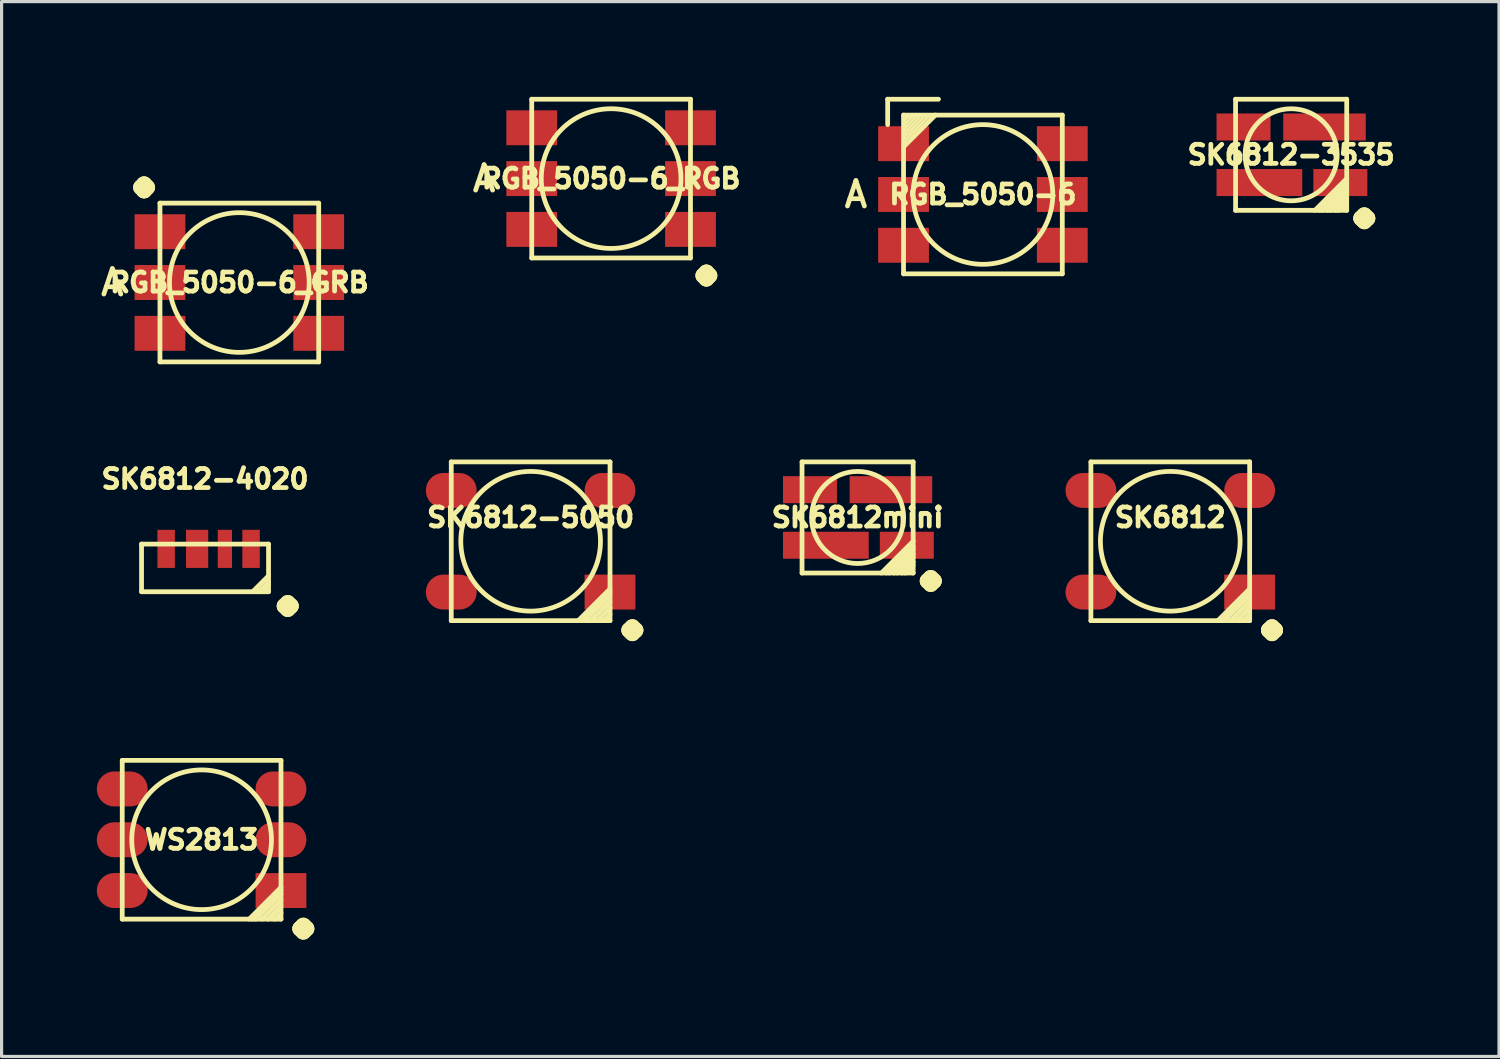
<source format=kicad_pcb>
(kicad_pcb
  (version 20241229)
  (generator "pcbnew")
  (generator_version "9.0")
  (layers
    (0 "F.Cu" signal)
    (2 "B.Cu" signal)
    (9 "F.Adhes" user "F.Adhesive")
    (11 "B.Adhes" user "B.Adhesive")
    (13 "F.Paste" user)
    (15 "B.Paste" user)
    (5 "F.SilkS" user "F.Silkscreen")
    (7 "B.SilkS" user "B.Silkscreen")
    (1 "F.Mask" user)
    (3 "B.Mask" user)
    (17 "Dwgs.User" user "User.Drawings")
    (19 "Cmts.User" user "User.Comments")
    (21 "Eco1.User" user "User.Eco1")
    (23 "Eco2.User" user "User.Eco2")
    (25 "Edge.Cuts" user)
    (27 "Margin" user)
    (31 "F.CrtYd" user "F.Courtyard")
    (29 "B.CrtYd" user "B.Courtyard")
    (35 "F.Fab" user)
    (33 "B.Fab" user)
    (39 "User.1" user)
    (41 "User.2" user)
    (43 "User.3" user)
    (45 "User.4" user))
  (footprint "SK6812-5050"
    (layer "F.Cu")
    (at 13.663 13.998)
    (property "Reference" "SK6812-5050" (at 0 -0.75 0) (layer "F.SilkS") (effects (font (size 0.6 0.6) (thickness 0.15))))
    (attr smd)
    (fp_line (start -2.5 -2.5) (end 2.5 -2.5) (stroke (width 0.15) (type solid)) (layer "F.SilkS"))
    (fp_line (start -2.5 2.5) (end -2.5 -2.5) (stroke (width 0.15) (type solid)) (layer "F.SilkS"))
    (fp_line (start 1.5 2.5) (end 2.5 1.5) (stroke (width 0.15) (type solid)) (layer "F.SilkS"))
    (fp_line (start 1.7 2.5) (end 2.5 1.7) (stroke (width 0.15) (type solid)) (layer "F.SilkS"))
    (fp_line (start 2.1 2.5) (end 2.5 2.1) (stroke (width 0.15) (type solid)) (layer "F.SilkS"))
    (fp_line (start 2.5 -2.5) (end 2.5 2.5) (stroke (width 0.15) (type solid)) (layer "F.SilkS"))
    (fp_line (start 2.5 1.6) (end 1.6 2.5) (stroke (width 0.15) (type solid)) (layer "F.SilkS"))
    (fp_line (start 2.5 1.9) (end 1.9 2.5) (stroke (width 0.15) (type solid)) (layer "F.SilkS"))
    (fp_line (start 2.5 2.3) (end 2.3 2.5) (stroke (width 0.15) (type solid)) (layer "F.SilkS"))
    (fp_line (start 2.5 2.5) (end -2.5 2.5) (stroke (width 0.15) (type solid)) (layer "F.SilkS"))
    (fp_circle (center 0 0) (end 0 2.2) (stroke (width 0.15) (type solid)) (fill no) (layer "F.SilkS"))
    (fp_text user "." (at 2.4 2.8 90) (unlocked yes) (layer "F.SilkS") (effects (font (size 2 2) (thickness 0.5))))
    (pad "1" smd rect (at 2.5 1.6) (size 1.6 1.1) (layers "F.Cu" "F.Mask" "F.Paste"))
    (pad "2" smd oval (at 2.5 -1.6) (size 1.6 1.1) (layers "F.Cu" "F.Mask" "F.Paste"))
    (pad "3" smd oval (at -2.5 -1.6) (size 1.6 1.1) (layers "F.Cu" "F.Mask" "F.Paste"))
    (pad "4" smd oval (at -2.5 1.6) (size 1.6 1.1) (layers "F.Cu" "F.Mask" "F.Paste")))
  (footprint "SK6812-3535"
    (layer "F.Cu")
    (at 37.616 1.825)
    (property "Reference" "SK6812-3535" (at 0 0 0) (layer "F.SilkS") (effects (font (size 0.6 0.6) (thickness 0.15))))
    (attr smd)
    (fp_line (start -1.75 -1.75) (end 1.75 -1.75) (stroke (width 0.15) (type solid)) (layer "F.SilkS"))
    (fp_line (start -1.75 1.75) (end -1.75 -1.75) (stroke (width 0.15) (type solid)) (layer "F.SilkS"))
    (fp_line (start 1.75 -1.75) (end 1.75 1.75) (stroke (width 0.15) (type solid)) (layer "F.SilkS"))
    (fp_line (start 1.75 0.75) (end 0.75 1.75) (stroke (width 0.15) (type solid)) (layer "F.SilkS"))
    (fp_line (start 1.75 0.9) (end 0.9 1.75) (stroke (width 0.15) (type solid)) (layer "F.SilkS"))
    (fp_line (start 1.75 1) (end 1 1.75) (stroke (width 0.15) (type solid)) (layer "F.SilkS"))
    (fp_line (start 1.75 1.15) (end 1.15 1.75) (stroke (width 0.15) (type solid)) (layer "F.SilkS"))
    (fp_line (start 1.75 1.25) (end 1.25 1.75) (stroke (width 0.15) (type solid)) (layer "F.SilkS"))
    (fp_line (start 1.75 1.4) (end 1.4 1.75) (stroke (width 0.15) (type solid)) (layer "F.SilkS"))
    (fp_line (start 1.75 1.5) (end 1.5 1.75) (stroke (width 0.15) (type solid)) (layer "F.SilkS"))
    (fp_line (start 1.75 1.75) (end -1.75 1.75) (stroke (width 0.15) (type solid)) (layer "F.SilkS"))
    (fp_circle (center 0 0) (end 0 1.45) (stroke (width 0.15) (type solid)) (fill no) (layer "F.SilkS"))
    (fp_text user "." (at 1.5 2 90) (unlocked yes) (layer "F.SilkS") (effects (font (size 2 2) (thickness 0.5))))
    (pad "1" smd rect (at -1.5 -0.875) (size 1.7 0.85) (layers "F.Cu" "F.Mask" "F.Paste"))
    (pad "2" smd rect (at -1 0.875) (size 2.7 0.85) (layers "F.Cu" "F.Mask" "F.Paste"))
    (pad "3" smd rect (at 1.55 0.875) (size 1.7 0.85) (layers "F.Cu" "F.Mask" "F.Paste"))
    (pad "4" smd rect (at 1.05 -0.875) (size 2.6 0.85) (layers "F.Cu" "F.Mask" "F.Paste")))
  (footprint "SK6812mini"
    (layer "F.Cu")
    (at 23.961 13.248)
    (property "Reference" "SK6812mini" (at 0 0 0) (layer "F.SilkS") (effects (font (size 0.6 0.6) (thickness 0.15))))
    (attr smd)
    (fp_line (start -1.75 -1.75) (end 1.75 -1.75) (stroke (width 0.15) (type solid)) (layer "F.SilkS"))
    (fp_line (start -1.75 1.75) (end -1.75 -1.75) (stroke (width 0.15) (type solid)) (layer "F.SilkS"))
    (fp_line (start 1.75 -1.75) (end 1.75 1.75) (stroke (width 0.15) (type solid)) (layer "F.SilkS"))
    (fp_line (start 1.75 0.75) (end 0.75 1.75) (stroke (width 0.15) (type solid)) (layer "F.SilkS"))
    (fp_line (start 1.75 0.9) (end 0.9 1.75) (stroke (width 0.15) (type solid)) (layer "F.SilkS"))
    (fp_line (start 1.75 1) (end 1 1.75) (stroke (width 0.15) (type solid)) (layer "F.SilkS"))
    (fp_line (start 1.75 1.15) (end 1.15 1.75) (stroke (width 0.15) (type solid)) (layer "F.SilkS"))
    (fp_line (start 1.75 1.25) (end 1.25 1.75) (stroke (width 0.15) (type solid)) (layer "F.SilkS"))
    (fp_line (start 1.75 1.4) (end 1.4 1.75) (stroke (width 0.15) (type solid)) (layer "F.SilkS"))
    (fp_line (start 1.75 1.5) (end 1.5 1.75) (stroke (width 0.15) (type solid)) (layer "F.SilkS"))
    (fp_line (start 1.75 1.75) (end -1.75 1.75) (stroke (width 0.15) (type solid)) (layer "F.SilkS"))
    (fp_circle (center 0 0) (end 0 1.45) (stroke (width 0.15) (type solid)) (fill no) (layer "F.SilkS"))
    (fp_text user "." (at 1.5 2 90) (layer "F.SilkS") (effects (font (size 2 2) (thickness 0.5))))
    (pad "1" smd rect (at -1.5 -0.875) (size 1.7 0.85) (layers "F.Cu" "F.Mask" "F.Paste"))
    (pad "2" smd rect (at -1 0.875) (size 2.7 0.85) (layers "F.Cu" "F.Mask" "F.Paste"))
    (pad "3" smd rect (at 1.55 0.875) (size 1.7 0.85) (layers "F.Cu" "F.Mask" "F.Paste"))
    (pad "4" smd rect (at 1.05 -0.875) (size 2.6 0.85) (layers "F.Cu" "F.Mask" "F.Paste")))
  (footprint "RGB_5050-6_RGB"
    (layer "F.Cu")
    (at 16.198 2.575)
    (property "Reference" "RGB_5050-6_RGB" (at 0 0 0) (layer "F.SilkS") (effects (font (size 0.6 0.6) (thickness 0.15))))
    (attr smd)
    (fp_line (start -2.5 -2.5) (end 2.5 -2.5) (stroke (width 0.15) (type solid)) (layer "F.SilkS"))
    (fp_line (start -2.5 2.5) (end -2.5 -2.5) (stroke (width 0.15) (type solid)) (layer "F.SilkS"))
    (fp_line (start 2.5 -2.5) (end 2.5 2.5) (stroke (width 0.15) (type solid)) (layer "F.SilkS"))
    (fp_line (start 2.5 2.5) (end -2.5 2.5) (stroke (width 0.15) (type solid)) (layer "F.SilkS"))
    (fp_circle (center 0 0) (end 0 2.2) (stroke (width 0.15) (type solid)) (fill no) (layer "F.SilkS"))
    (fp_text user "A" (at -4 0 0) (layer "F.SilkS") (effects (font (size 0.8 0.8) (thickness 0.15))))
    (fp_text user "." (at 3 2.25 0) (unlocked yes) (layer "F.SilkS") (effects (font (size 2 2) (thickness 0.5))))
    (pad "BA" smd rect (at -2.5 1.6) (size 1.6 1.1) (layers "F.Cu" "F.Mask" "F.Paste"))
    (pad "BC" smd rect (at 2.5 1.6) (size 1.6 1.1) (layers "F.Cu" "F.Mask" "F.Paste"))
    (pad "GA" smd rect (at -2.5 0) (size 1.6 1.1) (layers "F.Cu" "F.Mask" "F.Paste"))
    (pad "GC" smd rect (at 2.5 0) (size 1.6 1.1) (layers "F.Cu" "F.Mask" "F.Paste"))
    (pad "RA" smd rect (at -2.5 -1.6) (size 1.6 1.1) (layers "F.Cu" "F.Mask" "F.Paste"))
    (pad "RC" smd rect (at 2.5 -1.6) (size 1.6 1.1) (layers "F.Cu" "F.Mask" "F.Paste")))
  (footprint "WS2813"
    (layer "F.Cu")
    (at 3.3 23.399)
    (property "Reference" "WS2813" (at 0 0 0) (layer "F.SilkS") (effects (font (size 0.6 0.6) (thickness 0.15))))
    (attr smd)
    (fp_line (start -2.5 -2.5) (end 2.5 -2.5) (stroke (width 0.15) (type solid)) (layer "F.SilkS"))
    (fp_line (start -2.5 2.5) (end -2.5 -2.5) (stroke (width 0.15) (type solid)) (layer "F.SilkS"))
    (fp_line (start 1.5 2.5) (end 2.5 1.5) (stroke (width 0.15) (type solid)) (layer "F.SilkS"))
    (fp_line (start 1.7 2.5) (end 2.5 1.7) (stroke (width 0.15) (type solid)) (layer "F.SilkS"))
    (fp_line (start 2.1 2.5) (end 2.5 2.1) (stroke (width 0.15) (type solid)) (layer "F.SilkS"))
    (fp_line (start 2.5 -2.5) (end 2.5 2.5) (stroke (width 0.15) (type solid)) (layer "F.SilkS"))
    (fp_line (start 2.5 1.6) (end 1.6 2.5) (stroke (width 0.15) (type solid)) (layer "F.SilkS"))
    (fp_line (start 2.5 1.9) (end 1.9 2.5) (stroke (width 0.15) (type solid)) (layer "F.SilkS"))
    (fp_line (start 2.5 2.3) (end 2.3 2.5) (stroke (width 0.15) (type solid)) (layer "F.SilkS"))
    (fp_line (start 2.5 2.5) (end -2.5 2.5) (stroke (width 0.15) (type solid)) (layer "F.SilkS"))
    (fp_circle (center 0 0) (end 0 2.2) (stroke (width 0.15) (type solid)) (fill no) (layer "F.SilkS"))
    (fp_text user "." (at 2.4 2.8 90) (unlocked yes) (layer "F.SilkS") (effects (font (size 2 2) (thickness 0.5))))
    (pad "1" smd rect (at 2.5 1.6) (size 1.6 1.1) (layers "F.Cu" "F.Mask" "F.Paste"))
    (pad "2" smd oval (at 2.5 0) (size 1.6 1.1) (layers "F.Cu" "F.Mask" "F.Paste"))
    (pad "3" smd oval (at 2.5 -1.6) (size 1.6 1.1) (layers "F.Cu" "F.Mask" "F.Paste"))
    (pad "4" smd oval (at -2.5 -1.6) (size 1.6 1.1) (layers "F.Cu" "F.Mask" "F.Paste"))
    (pad "5" smd oval (at -2.5 0) (size 1.6 1.1) (layers "F.Cu" "F.Mask" "F.Paste"))
    (pad "6" smd oval (at -2.5 1.6) (size 1.6 1.1) (layers "F.Cu" "F.Mask" "F.Paste")))
  (footprint "SK6812-4020"
    (layer "F.Cu")
    (at 3.408 14.837)
    (property "Reference" "SK6812-4020" (at 0 -2.8 0) (layer "F.SilkS") (effects (font (size 0.6 0.6) (thickness 0.15))))
    (attr smd)
    (fp_line (start -2 -0.75) (end 2 -0.75) (stroke (width 0.15) (type solid)) (layer "F.SilkS"))
    (fp_line (start -2 0.75) (end -2 -0.75) (stroke (width 0.15) (type solid)) (layer "F.SilkS"))
    (fp_line (start 2 -0.75) (end 2 0.75) (stroke (width 0.15) (type solid)) (layer "F.SilkS"))
    (fp_line (start 2 0.25) (end 1.5 0.75) (stroke (width 0.15) (type solid)) (layer "F.SilkS"))
    (fp_line (start 2 0.45) (end 1.7 0.75) (stroke (width 0.15) (type solid)) (layer "F.SilkS"))
    (fp_line (start 2 0.55) (end 1.8 0.75) (stroke (width 0.15) (type solid)) (layer "F.SilkS"))
    (fp_line (start 2 0.75) (end -2 0.75) (stroke (width 0.15) (type solid)) (layer "F.SilkS"))
    (fp_text user "." (at 1.8 1.2 90) (unlocked yes) (layer "F.SilkS") (effects (font (size 2 2) (thickness 0.5))))
    (pad "1" smd rect (at -1.225 -0.6) (size 0.55 1.2) (layers "F.Cu" "F.Mask" "F.Paste"))
    (pad "2" smd rect (at -0.25 -0.6) (size 0.7 1.2) (layers "F.Cu" "F.Mask" "F.Paste"))
    (pad "3" smd rect (at 0.625 -0.6) (size 0.45 1.2) (layers "F.Cu" "F.Mask" "F.Paste"))
    (pad "4" smd rect (at 1.45 -0.6) (size 0.55 1.2) (layers "F.Cu" "F.Mask" "F.Paste")))
  (footprint "RGB_5050-6_GRB"
    (layer "F.Cu")
    (at 4.488 5.848)
    (property "Reference" "RGB_5050-6_GRB" (at 0 0 0) (layer "F.SilkS") (effects (font (size 0.6 0.6) (thickness 0.15))))
    (attr smd)
    (fp_line (start -2.5 -2.5) (end 2.5 -2.5) (stroke (width 0.15) (type solid)) (layer "F.SilkS"))
    (fp_line (start -2.5 2.5) (end -2.5 -2.5) (stroke (width 0.15) (type solid)) (layer "F.SilkS"))
    (fp_line (start 2.5 -2.5) (end 2.5 2.5) (stroke (width 0.15) (type solid)) (layer "F.SilkS"))
    (fp_line (start 2.5 2.5) (end -2.5 2.5) (stroke (width 0.15) (type solid)) (layer "F.SilkS"))
    (fp_circle (center 0 0) (end 0 2.2) (stroke (width 0.15) (type solid)) (fill no) (layer "F.SilkS"))
    (fp_text user "." (at -3 -3.8 0) (unlocked yes) (layer "F.SilkS") (effects (font (size 2 2) (thickness 0.5))))
    (fp_text user "A" (at -4 0 0) (layer "F.SilkS") (effects (font (size 0.8 0.8) (thickness 0.15))))
    (pad "BA" smd rect (at -2.5 1.6) (size 1.6 1.1) (layers "F.Cu" "F.Mask" "F.Paste"))
    (pad "BC" smd rect (at 2.5 1.6) (size 1.6 1.1) (layers "F.Cu" "F.Mask" "F.Paste"))
    (pad "GA" smd rect (at -2.5 -1.6) (size 1.6 1.1) (layers "F.Cu" "F.Mask" "F.Paste"))
    (pad "GC" smd rect (at 2.5 -1.6) (size 1.6 1.1) (layers "F.Cu" "F.Mask" "F.Paste"))
    (pad "RA" smd rect (at -2.5 0) (size 1.6 1.1) (layers "F.Cu" "F.Mask" "F.Paste"))
    (pad "RC" smd rect (at 2.5 0) (size 1.6 1.1) (layers "F.Cu" "F.Mask" "F.Paste")))
  (footprint "SK6812"
    (layer "F.Cu")
    (at 33.809 13.998)
    (property "Reference" "SK6812" (at 0 -0.75 0) (layer "F.SilkS") (effects (font (size 0.6 0.6) (thickness 0.15))))
    (attr smd)
    (fp_line (start -2.5 -2.5) (end 2.5 -2.5) (stroke (width 0.15) (type solid)) (layer "F.SilkS"))
    (fp_line (start -2.5 2.5) (end -2.5 -2.5) (stroke (width 0.15) (type solid)) (layer "F.SilkS"))
    (fp_line (start 1.5 2.5) (end 2.5 1.5) (stroke (width 0.15) (type solid)) (layer "F.SilkS"))
    (fp_line (start 1.7 2.5) (end 2.5 1.7) (stroke (width 0.15) (type solid)) (layer "F.SilkS"))
    (fp_line (start 2.1 2.5) (end 2.5 2.1) (stroke (width 0.15) (type solid)) (layer "F.SilkS"))
    (fp_line (start 2.5 -2.5) (end 2.5 2.5) (stroke (width 0.15) (type solid)) (layer "F.SilkS"))
    (fp_line (start 2.5 1.6) (end 1.6 2.5) (stroke (width 0.15) (type solid)) (layer "F.SilkS"))
    (fp_line (start 2.5 1.9) (end 1.9 2.5) (stroke (width 0.15) (type solid)) (layer "F.SilkS"))
    (fp_line (start 2.5 2.3) (end 2.3 2.5) (stroke (width 0.15) (type solid)) (layer "F.SilkS"))
    (fp_line (start 2.5 2.5) (end -2.5 2.5) (stroke (width 0.15) (type solid)) (layer "F.SilkS"))
    (fp_circle (center 0 0) (end 0 2.2) (stroke (width 0.15) (type solid)) (fill no) (layer "F.SilkS"))
    (fp_text user "." (at 2.4 2.8 90) (unlocked yes) (layer "F.SilkS") (effects (font (size 2 2) (thickness 0.5))))
    (pad "1" smd rect (at 2.5 1.6) (size 1.6 1.1) (layers "F.Cu" "F.Mask" "F.Paste"))
    (pad "2" smd oval (at 2.5 -1.6) (size 1.6 1.1) (layers "F.Cu" "F.Mask" "F.Paste"))
    (pad "3" smd oval (at -2.5 -1.6) (size 1.6 1.1) (layers "F.Cu" "F.Mask" "F.Paste"))
    (pad "4" smd oval (at -2.5 1.6) (size 1.6 1.1) (layers "F.Cu" "F.Mask" "F.Paste")))
  (footprint "RGB_5050-6"
    (layer "F.Cu")
    (at 27.908 3.075)
    (property "Reference" "RGB_5050-6" (at 0 0 0) (layer "F.SilkS") (effects (font (size 0.6 0.6) (thickness 0.15))))
    (attr smd)
    (fp_line (start -3 -3) (end -3 -2.2) (stroke (width 0.15) (type solid)) (layer "F.SilkS"))
    (fp_line (start -3 -3) (end -1.4 -3) (stroke (width 0.15) (type solid)) (layer "F.SilkS"))
    (fp_line (start -2.5 -2.5) (end 2.5 -2.5) (stroke (width 0.15) (type solid)) (layer "F.SilkS"))
    (fp_line (start -2.5 2.5) (end -2.5 -2.5) (stroke (width 0.15) (type solid)) (layer "F.SilkS"))
    (fp_line (start -2.337 -2.464) (end -2.464 -2.337) (stroke (width 0.1) (type solid)) (layer "F.SilkS"))
    (fp_line (start -2.21 -2.464) (end -2.464 -2.21) (stroke (width 0.1) (type solid)) (layer "F.SilkS"))
    (fp_line (start -2.083 -2.464) (end -2.464 -2.083) (stroke (width 0.1) (type solid)) (layer "F.SilkS"))
    (fp_line (start -1.956 -2.464) (end -2.464 -1.956) (stroke (width 0.1) (type solid)) (layer "F.SilkS"))
    (fp_line (start -1.829 -2.464) (end -2.464 -1.829) (stroke (width 0.1) (type solid)) (layer "F.SilkS"))
    (fp_line (start -1.702 -2.464) (end -2.464 -1.702) (stroke (width 0.1) (type solid)) (layer "F.SilkS"))
    (fp_line (start -1.5 -2.5) (end -2.5 -1.5) (stroke (width 0.15) (type solid)) (layer "F.SilkS"))
    (fp_line (start 2.5 -2.5) (end 2.5 2.5) (stroke (width 0.15) (type solid)) (layer "F.SilkS"))
    (fp_line (start 2.5 2.5) (end -2.5 2.5) (stroke (width 0.15) (type solid)) (layer "F.SilkS"))
    (fp_circle (center 0 0) (end 0 2.2) (stroke (width 0.15) (type solid)) (fill no) (layer "F.SilkS"))
    (fp_text user "A" (at -4 0 0) (layer "F.SilkS") (effects (font (size 0.8 0.8) (thickness 0.15))))
    (pad "BA" smd rect (at -2.5 1.6) (size 1.6 1.1) (layers "F.Cu" "F.Mask" "F.Paste"))
    (pad "BC" smd rect (at 2.5 1.6) (size 1.6 1.1) (layers "F.Cu" "F.Mask" "F.Paste"))
    (pad "GA" smd rect (at -2.5 0) (size 1.6 1.1) (layers "F.Cu" "F.Mask" "F.Paste"))
    (pad "GC" smd rect (at 2.5 0) (size 1.6 1.1) (layers "F.Cu" "F.Mask" "F.Paste"))
    (pad "RA" smd rect (at -2.5 -1.6) (size 1.6 1.1) (layers "F.Cu" "F.Mask" "F.Paste"))
    (pad "RC" smd rect (at 2.5 -1.6) (size 1.6 1.1) (layers "F.Cu" "F.Mask" "F.Paste")))
  (gr_rect
    (start -3 -3)
    (end 44.163 30.225)
    (stroke (width 0.1) (type default))
    (fill no)
    (layer "Edge.Cuts")))
</source>
